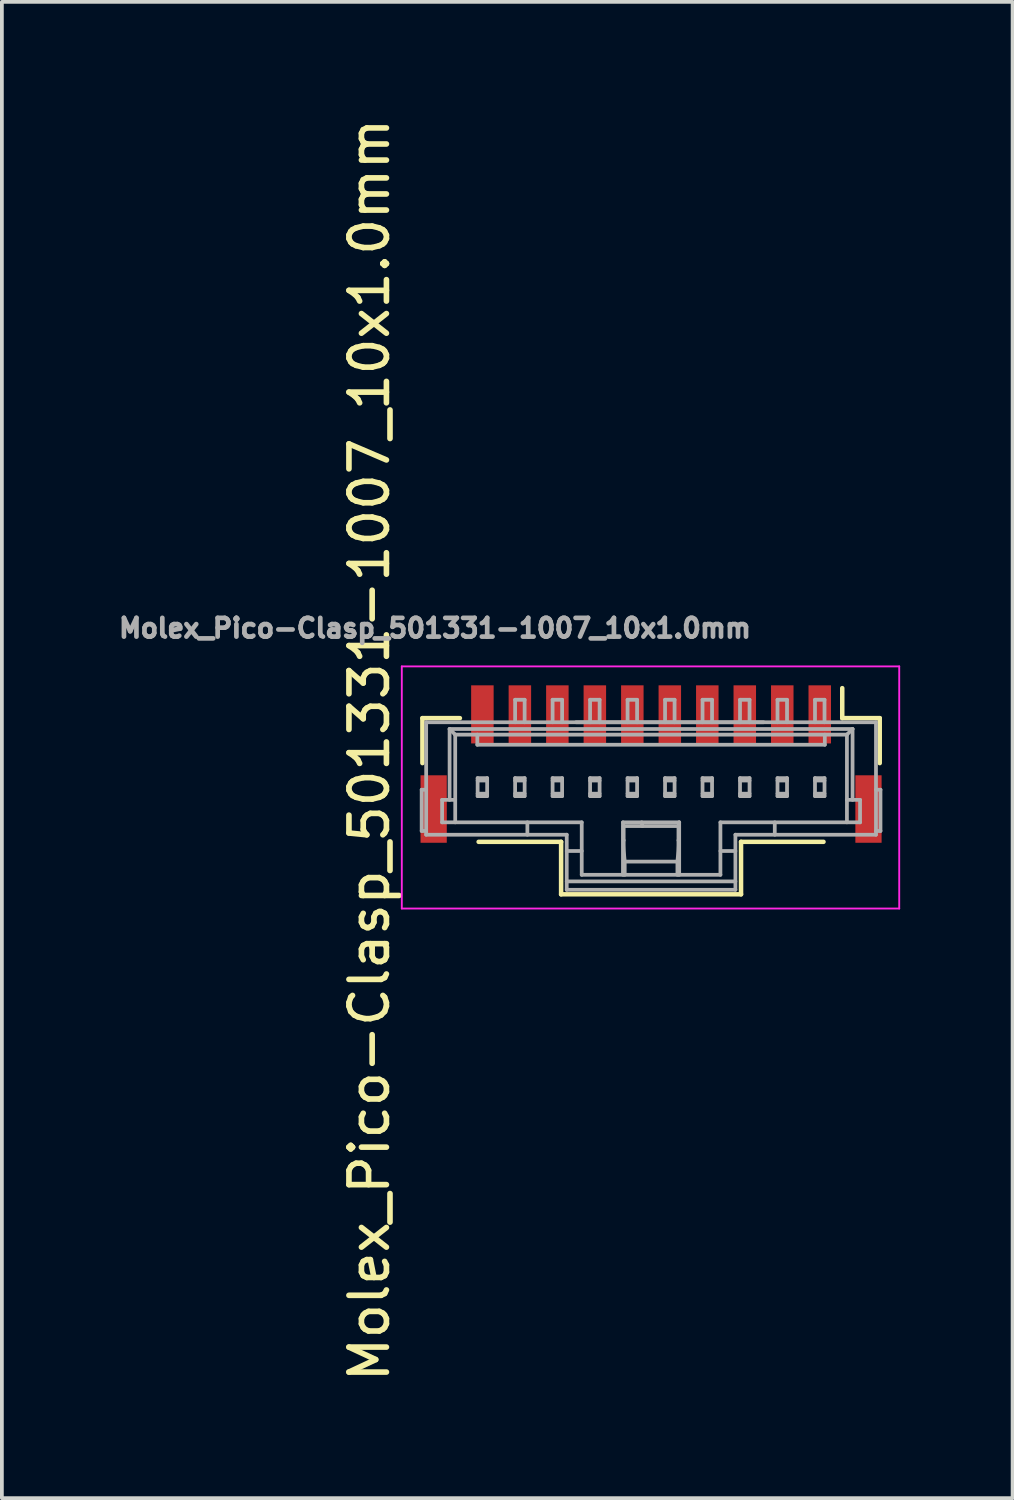
<source format=kicad_pcb>
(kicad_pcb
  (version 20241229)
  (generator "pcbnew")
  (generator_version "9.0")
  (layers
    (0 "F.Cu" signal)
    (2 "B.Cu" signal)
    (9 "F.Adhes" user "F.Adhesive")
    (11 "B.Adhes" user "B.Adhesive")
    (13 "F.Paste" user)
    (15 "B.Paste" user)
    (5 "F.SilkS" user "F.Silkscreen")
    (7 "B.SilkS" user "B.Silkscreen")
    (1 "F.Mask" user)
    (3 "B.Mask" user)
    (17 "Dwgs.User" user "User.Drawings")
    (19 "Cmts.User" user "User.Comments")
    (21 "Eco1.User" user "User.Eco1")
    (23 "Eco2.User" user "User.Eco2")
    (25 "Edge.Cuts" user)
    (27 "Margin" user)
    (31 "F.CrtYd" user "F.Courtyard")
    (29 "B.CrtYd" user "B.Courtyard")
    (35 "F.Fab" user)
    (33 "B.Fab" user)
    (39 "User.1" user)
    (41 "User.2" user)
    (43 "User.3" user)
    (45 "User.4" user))
  (footprint "Molex_Pico-Clasp_501331-1007_10x1.0mm"
    (layer "F.Cu")
    (at 14.304 17.958)
    (property "Reference" "Molex_Pico-Clasp_501331-1007_10x1.0mm" (at -7.5 -1 90) (layer "F.SilkS") (effects (font (size 1 1) (thickness 0.15))))
    (attr smd)
    (fp_line (start -6.085 -1.85) (end -5.085 -1.85) (stroke (width 0.12) (type solid)) (layer "F.SilkS"))
    (fp_line (start -6.085 -0.65) (end -6.085 -1.85) (stroke (width 0.12) (type solid)) (layer "F.SilkS"))
    (fp_line (start -2.385 1.45) (end -4.585 1.45) (stroke (width 0.12) (type solid)) (layer "F.SilkS"))
    (fp_line (start -2.385 2.85) (end -2.385 1.45) (stroke (width 0.12) (type solid)) (layer "F.SilkS"))
    (fp_line (start -2.385 2.85) (end 2.415 2.85) (stroke (width 0.12) (type solid)) (layer "F.SilkS"))
    (fp_line (start 2.415 1.45) (end 4.615 1.45) (stroke (width 0.12) (type solid)) (layer "F.SilkS"))
    (fp_line (start 2.415 2.85) (end 2.415 1.45) (stroke (width 0.12) (type solid)) (layer "F.SilkS"))
    (fp_line (start 5.115 -1.85) (end 5.115 -2.65) (stroke (width 0.12) (type solid)) (layer "F.SilkS"))
    (fp_line (start 6.115 -1.85) (end 5.115 -1.85) (stroke (width 0.12) (type solid)) (layer "F.SilkS"))
    (fp_line (start 6.115 -0.65) (end 6.115 -1.85) (stroke (width 0.12) (type solid)) (layer "F.SilkS"))
    (fp_line (start -6.635 -3.23) (end 6.635 -3.23) (stroke (width 0.05) (type solid)) (layer "F.CrtYd"))
    (fp_line (start -6.635 3.23) (end -6.635 -3.23) (stroke (width 0.05) (type solid)) (layer "F.CrtYd"))
    (fp_line (start 6.635 -3.23) (end 6.635 3.23) (stroke (width 0.05) (type solid)) (layer "F.CrtYd"))
    (fp_line (start 6.635 3.23) (end -6.635 3.23) (stroke (width 0.05) (type solid)) (layer "F.CrtYd"))
    (fp_line (start -6.105 0.06) (end -6.105 1.16) (stroke (width 0.1) (type solid)) (layer "F.Fab"))
    (fp_line (start -6.105 0.06) (end -5.985 0.06) (stroke (width 0.1) (type solid)) (layer "F.Fab"))
    (fp_line (start -5.985 -1.74) (end 6.015 -1.74) (stroke (width 0.1) (type solid)) (layer "F.Fab"))
    (fp_line (start -5.985 1.16) (end -6.105 1.16) (stroke (width 0.1) (type solid)) (layer "F.Fab"))
    (fp_line (start -5.985 1.26) (end -5.985 -1.74) (stroke (width 0.1) (type solid)) (layer "F.Fab"))
    (fp_line (start -5.985 1.26) (end -2.235 1.26) (stroke (width 0.1) (type solid)) (layer "F.Fab"))
    (fp_line (start -5.56 0.33) (end -5.56 0.93) (stroke (width 0.1) (type solid)) (layer "F.Fab"))
    (fp_line (start -5.56 0.33) (end -5.21 0.33) (stroke (width 0.1) (type solid)) (layer "F.Fab"))
    (fp_line (start -5.36 -1.56) (end -5.21 -1.41) (stroke (width 0.1) (type solid)) (layer "F.Fab"))
    (fp_line (start -5.36 -1.56) (end 5.39 -1.56) (stroke (width 0.1) (type solid)) (layer "F.Fab"))
    (fp_line (start -5.36 0.33) (end -5.36 -1.56) (stroke (width 0.1) (type solid)) (layer "F.Fab"))
    (fp_line (start -5.21 -1.41) (end 5.24 -1.41) (stroke (width 0.1) (type solid)) (layer "F.Fab"))
    (fp_line (start -5.21 0.93) (end -5.21 -1.41) (stroke (width 0.1) (type solid)) (layer "F.Fab"))
    (fp_line (start -4.62 -1.14) (end -4.62 -1.41) (stroke (width 0.1) (type solid)) (layer "F.Fab"))
    (fp_line (start -4.612 -0.25) (end -4.612 0.23) (stroke (width 0.1) (type solid)) (layer "F.Fab"))
    (fp_line (start -4.612 -0.25) (end -4.358 -0.25) (stroke (width 0.1) (type solid)) (layer "F.Fab"))
    (fp_line (start -4.612 -0.185) (end -4.358 -0.185) (stroke (width 0.1) (type solid)) (layer "F.Fab"))
    (fp_line (start -4.612 0.165) (end -4.358 0.165) (stroke (width 0.1) (type solid)) (layer "F.Fab"))
    (fp_line (start -4.612 0.23) (end -4.358 0.23) (stroke (width 0.1) (type solid)) (layer "F.Fab"))
    (fp_line (start -4.358 -0.25) (end -4.358 0.23) (stroke (width 0.1) (type solid)) (layer "F.Fab"))
    (fp_line (start -3.612 -2.34) (end -3.358 -2.34) (stroke (width 0.1) (type solid)) (layer "F.Fab"))
    (fp_line (start -3.612 -1.74) (end -3.612 -2.34) (stroke (width 0.1) (type solid)) (layer "F.Fab"))
    (fp_line (start -3.612 -0.25) (end -3.612 0.23) (stroke (width 0.1) (type solid)) (layer "F.Fab"))
    (fp_line (start -3.612 -0.25) (end -3.358 -0.25) (stroke (width 0.1) (type solid)) (layer "F.Fab"))
    (fp_line (start -3.612 -0.185) (end -3.358 -0.185) (stroke (width 0.1) (type solid)) (layer "F.Fab"))
    (fp_line (start -3.612 0.165) (end -3.358 0.165) (stroke (width 0.1) (type solid)) (layer "F.Fab"))
    (fp_line (start -3.612 0.23) (end -3.358 0.23) (stroke (width 0.1) (type solid)) (layer "F.Fab"))
    (fp_line (start -3.358 -2.34) (end -3.358 -1.74) (stroke (width 0.1) (type solid)) (layer "F.Fab"))
    (fp_line (start -3.358 -0.25) (end -3.358 0.23) (stroke (width 0.1) (type solid)) (layer "F.Fab"))
    (fp_line (start -3.285 0.93) (end -3.285 1.26) (stroke (width 0.1) (type solid)) (layer "F.Fab"))
    (fp_line (start -2.612 -2.34) (end -2.612 -1.74) (stroke (width 0.1) (type solid)) (layer "F.Fab"))
    (fp_line (start -2.612 -2.34) (end -2.358 -2.34) (stroke (width 0.1) (type solid)) (layer "F.Fab"))
    (fp_line (start -2.612 -0.25) (end -2.612 0.23) (stroke (width 0.1) (type solid)) (layer "F.Fab"))
    (fp_line (start -2.612 -0.25) (end -2.358 -0.25) (stroke (width 0.1) (type solid)) (layer "F.Fab"))
    (fp_line (start -2.612 -0.185) (end -2.358 -0.185) (stroke (width 0.1) (type solid)) (layer "F.Fab"))
    (fp_line (start -2.612 0.165) (end -2.358 0.165) (stroke (width 0.1) (type solid)) (layer "F.Fab"))
    (fp_line (start -2.612 0.23) (end -2.358 0.23) (stroke (width 0.1) (type solid)) (layer "F.Fab"))
    (fp_line (start -2.358 -2.34) (end -2.358 -1.74) (stroke (width 0.1) (type solid)) (layer "F.Fab"))
    (fp_line (start -2.358 -0.25) (end -2.358 0.23) (stroke (width 0.1) (type solid)) (layer "F.Fab"))
    (fp_line (start -2.235 1.695) (end -1.835 1.695) (stroke (width 0.1) (type solid)) (layer "F.Fab"))
    (fp_line (start -2.235 2.505) (end 2.265 2.505) (stroke (width 0.1) (type solid)) (layer "F.Fab"))
    (fp_line (start -2.235 2.73) (end -2.235 1.26) (stroke (width 0.1) (type solid)) (layer "F.Fab"))
    (fp_line (start -1.985 -1.74) (end 3.015 -1.74) (stroke (width 0.1) (type solid)) (layer "F.Fab"))
    (fp_line (start -1.835 0.93) (end -5.56 0.93) (stroke (width 0.1) (type solid)) (layer "F.Fab"))
    (fp_line (start -1.835 0.93) (end -1.835 2.33) (stroke (width 0.1) (type solid)) (layer "F.Fab"))
    (fp_line (start -1.612 -2.34) (end -1.612 -1.74) (stroke (width 0.1) (type solid)) (layer "F.Fab"))
    (fp_line (start -1.612 -2.34) (end -1.358 -2.34) (stroke (width 0.1) (type solid)) (layer "F.Fab"))
    (fp_line (start -1.612 -0.25) (end -1.612 0.23) (stroke (width 0.1) (type solid)) (layer "F.Fab"))
    (fp_line (start -1.612 -0.25) (end -1.358 -0.25) (stroke (width 0.1) (type solid)) (layer "F.Fab"))
    (fp_line (start -1.612 -0.185) (end -1.358 -0.185) (stroke (width 0.1) (type solid)) (layer "F.Fab"))
    (fp_line (start -1.612 0.165) (end -1.358 0.165) (stroke (width 0.1) (type solid)) (layer "F.Fab"))
    (fp_line (start -1.612 0.23) (end -1.358 0.23) (stroke (width 0.1) (type solid)) (layer "F.Fab"))
    (fp_line (start -1.358 -2.34) (end -1.358 -1.74) (stroke (width 0.1) (type solid)) (layer "F.Fab"))
    (fp_line (start -1.358 -0.25) (end -1.358 0.23) (stroke (width 0.1) (type solid)) (layer "F.Fab"))
    (fp_line (start -0.735 0.93) (end 0.765 0.93) (stroke (width 0.1) (type solid)) (layer "F.Fab"))
    (fp_line (start -0.735 2.33) (end -0.735 0.93) (stroke (width 0.1) (type solid)) (layer "F.Fab"))
    (fp_line (start -0.716 1.03) (end 0.746 1.03) (stroke (width 0.1) (type solid)) (layer "F.Fab"))
    (fp_line (start -0.716 1.41) (end -0.716 1.03) (stroke (width 0.1) (type solid)) (layer "F.Fab"))
    (fp_line (start -0.688 1.977) (end -0.688 2.33) (stroke (width 0.1) (type solid)) (layer "F.Fab"))
    (fp_line (start -0.612 -2.34) (end -0.612 -1.74) (stroke (width 0.1) (type solid)) (layer "F.Fab"))
    (fp_line (start -0.612 -2.34) (end -0.358 -2.34) (stroke (width 0.1) (type solid)) (layer "F.Fab"))
    (fp_line (start -0.612 -0.25) (end -0.612 0.23) (stroke (width 0.1) (type solid)) (layer "F.Fab"))
    (fp_line (start -0.612 -0.25) (end -0.358 -0.25) (stroke (width 0.1) (type solid)) (layer "F.Fab"))
    (fp_line (start -0.612 -0.185) (end -0.358 -0.185) (stroke (width 0.1) (type solid)) (layer "F.Fab"))
    (fp_line (start -0.612 0.165) (end -0.358 0.165) (stroke (width 0.1) (type solid)) (layer "F.Fab"))
    (fp_line (start -0.612 0.23) (end -0.358 0.23) (stroke (width 0.1) (type solid)) (layer "F.Fab"))
    (fp_line (start -0.358 -2.34) (end -0.358 -1.74) (stroke (width 0.1) (type solid)) (layer "F.Fab"))
    (fp_line (start -0.358 -0.25) (end -0.358 0.23) (stroke (width 0.1) (type solid)) (layer "F.Fab"))
    (fp_line (start -0.235 0.93) (end -0.216 1.03) (stroke (width 0.1) (type solid)) (layer "F.Fab"))
    (fp_line (start 0.388 -2.34) (end 0.388 -1.74) (stroke (width 0.1) (type solid)) (layer "F.Fab"))
    (fp_line (start 0.388 -2.34) (end 0.642 -2.34) (stroke (width 0.1) (type solid)) (layer "F.Fab"))
    (fp_line (start 0.388 -0.25) (end 0.388 0.23) (stroke (width 0.1) (type solid)) (layer "F.Fab"))
    (fp_line (start 0.388 -0.25) (end 0.642 -0.25) (stroke (width 0.1) (type solid)) (layer "F.Fab"))
    (fp_line (start 0.388 -0.185) (end 0.642 -0.185) (stroke (width 0.1) (type solid)) (layer "F.Fab"))
    (fp_line (start 0.388 0.165) (end 0.642 0.165) (stroke (width 0.1) (type solid)) (layer "F.Fab"))
    (fp_line (start 0.388 0.23) (end 0.642 0.23) (stroke (width 0.1) (type solid)) (layer "F.Fab"))
    (fp_line (start 0.642 -2.34) (end 0.642 -1.74) (stroke (width 0.1) (type solid)) (layer "F.Fab"))
    (fp_line (start 0.642 -0.25) (end 0.642 0.23) (stroke (width 0.1) (type solid)) (layer "F.Fab"))
    (fp_line (start 0.718 1.977) (end -0.688 1.977) (stroke (width 0.1) (type solid)) (layer "F.Fab"))
    (fp_line (start 0.718 2.33) (end 0.718 1.977) (stroke (width 0.1) (type solid)) (layer "F.Fab"))
    (fp_line (start 0.746 1.03) (end 0.765 0.93) (stroke (width 0.1) (type solid)) (layer "F.Fab"))
    (fp_line (start 0.746 1.41) (end 0.746 1.03) (stroke (width 0.1) (type solid)) (layer "F.Fab"))
    (fp_line (start 0.765 0.93) (end 0.765 2.33) (stroke (width 0.1) (type solid)) (layer "F.Fab"))
    (fp_line (start 1.388 -2.34) (end 1.388 -1.74) (stroke (width 0.1) (type solid)) (layer "F.Fab"))
    (fp_line (start 1.388 -2.34) (end 1.642 -2.34) (stroke (width 0.1) (type solid)) (layer "F.Fab"))
    (fp_line (start 1.388 -0.25) (end 1.388 0.23) (stroke (width 0.1) (type solid)) (layer "F.Fab"))
    (fp_line (start 1.388 -0.25) (end 1.642 -0.25) (stroke (width 0.1) (type solid)) (layer "F.Fab"))
    (fp_line (start 1.388 -0.185) (end 1.642 -0.185) (stroke (width 0.1) (type solid)) (layer "F.Fab"))
    (fp_line (start 1.388 0.165) (end 1.642 0.165) (stroke (width 0.1) (type solid)) (layer "F.Fab"))
    (fp_line (start 1.388 0.23) (end 1.642 0.23) (stroke (width 0.1) (type solid)) (layer "F.Fab"))
    (fp_line (start 1.642 -2.34) (end 1.642 -1.74) (stroke (width 0.1) (type solid)) (layer "F.Fab"))
    (fp_line (start 1.642 -0.25) (end 1.642 0.23) (stroke (width 0.1) (type solid)) (layer "F.Fab"))
    (fp_line (start 1.865 1.695) (end 2.265 1.695) (stroke (width 0.1) (type solid)) (layer "F.Fab"))
    (fp_line (start 1.865 2.33) (end -1.835 2.33) (stroke (width 0.1) (type solid)) (layer "F.Fab"))
    (fp_line (start 1.865 2.33) (end 1.865 0.93) (stroke (width 0.1) (type solid)) (layer "F.Fab"))
    (fp_line (start 2.265 1.26) (end 6.015 1.26) (stroke (width 0.1) (type solid)) (layer "F.Fab"))
    (fp_line (start 2.265 2.73) (end -2.235 2.73) (stroke (width 0.1) (type solid)) (layer "F.Fab"))
    (fp_line (start 2.265 2.73) (end 2.265 1.26) (stroke (width 0.1) (type solid)) (layer "F.Fab"))
    (fp_line (start 2.388 -2.34) (end 2.388 -1.74) (stroke (width 0.1) (type solid)) (layer "F.Fab"))
    (fp_line (start 2.388 -2.34) (end 2.642 -2.34) (stroke (width 0.1) (type solid)) (layer "F.Fab"))
    (fp_line (start 2.388 -0.25) (end 2.388 0.23) (stroke (width 0.1) (type solid)) (layer "F.Fab"))
    (fp_line (start 2.388 -0.25) (end 2.642 -0.25) (stroke (width 0.1) (type solid)) (layer "F.Fab"))
    (fp_line (start 2.388 -0.185) (end 2.642 -0.185) (stroke (width 0.1) (type solid)) (layer "F.Fab"))
    (fp_line (start 2.388 0.165) (end 2.642 0.165) (stroke (width 0.1) (type solid)) (layer "F.Fab"))
    (fp_line (start 2.388 0.23) (end 2.642 0.23) (stroke (width 0.1) (type solid)) (layer "F.Fab"))
    (fp_line (start 2.642 -2.34) (end 2.642 -1.74) (stroke (width 0.1) (type solid)) (layer "F.Fab"))
    (fp_line (start 2.642 -0.25) (end 2.642 0.23) (stroke (width 0.1) (type solid)) (layer "F.Fab"))
    (fp_line (start 3.315 1.26) (end 3.315 0.93) (stroke (width 0.1) (type solid)) (layer "F.Fab"))
    (fp_line (start 3.388 -2.34) (end 3.388 -1.74) (stroke (width 0.1) (type solid)) (layer "F.Fab"))
    (fp_line (start 3.388 -2.34) (end 3.642 -2.34) (stroke (width 0.1) (type solid)) (layer "F.Fab"))
    (fp_line (start 3.388 -0.25) (end 3.388 0.23) (stroke (width 0.1) (type solid)) (layer "F.Fab"))
    (fp_line (start 3.388 -0.25) (end 3.642 -0.25) (stroke (width 0.1) (type solid)) (layer "F.Fab"))
    (fp_line (start 3.388 -0.185) (end 3.642 -0.185) (stroke (width 0.1) (type solid)) (layer "F.Fab"))
    (fp_line (start 3.388 0.165) (end 3.642 0.165) (stroke (width 0.1) (type solid)) (layer "F.Fab"))
    (fp_line (start 3.388 0.23) (end 3.642 0.23) (stroke (width 0.1) (type solid)) (layer "F.Fab"))
    (fp_line (start 3.642 -1.74) (end 3.642 -2.34) (stroke (width 0.1) (type solid)) (layer "F.Fab"))
    (fp_line (start 3.642 -0.25) (end 3.642 0.23) (stroke (width 0.1) (type solid)) (layer "F.Fab"))
    (fp_line (start 4.388 -2.34) (end 4.642 -2.34) (stroke (width 0.1) (type solid)) (layer "F.Fab"))
    (fp_line (start 4.388 -1.74) (end 4.388 -2.34) (stroke (width 0.1) (type solid)) (layer "F.Fab"))
    (fp_line (start 4.388 -0.25) (end 4.388 0.23) (stroke (width 0.1) (type solid)) (layer "F.Fab"))
    (fp_line (start 4.388 -0.25) (end 4.642 -0.25) (stroke (width 0.1) (type solid)) (layer "F.Fab"))
    (fp_line (start 4.388 -0.185) (end 4.642 -0.185) (stroke (width 0.1) (type solid)) (layer "F.Fab"))
    (fp_line (start 4.388 0.165) (end 4.642 0.165) (stroke (width 0.1) (type solid)) (layer "F.Fab"))
    (fp_line (start 4.388 0.23) (end 4.642 0.23) (stroke (width 0.1) (type solid)) (layer "F.Fab"))
    (fp_line (start 4.642 -2.34) (end 4.642 -1.74) (stroke (width 0.1) (type solid)) (layer "F.Fab"))
    (fp_line (start 4.642 -0.25) (end 4.642 0.23) (stroke (width 0.1) (type solid)) (layer "F.Fab"))
    (fp_line (start 4.65 -1.14) (end -4.62 -1.14) (stroke (width 0.1) (type solid)) (layer "F.Fab"))
    (fp_line (start 4.65 -1.14) (end 4.65 -1.41) (stroke (width 0.1) (type solid)) (layer "F.Fab"))
    (fp_line (start 5.24 -1.41) (end 5.24 0.93) (stroke (width 0.1) (type solid)) (layer "F.Fab"))
    (fp_line (start 5.24 -1.41) (end 5.39 -1.56) (stroke (width 0.1) (type solid)) (layer "F.Fab"))
    (fp_line (start 5.39 -1.56) (end 5.39 0.33) (stroke (width 0.1) (type solid)) (layer "F.Fab"))
    (fp_line (start 5.59 0.33) (end 5.24 0.33) (stroke (width 0.1) (type solid)) (layer "F.Fab"))
    (fp_line (start 5.59 0.93) (end 1.865 0.93) (stroke (width 0.1) (type solid)) (layer "F.Fab"))
    (fp_line (start 5.59 0.93) (end 5.59 0.33) (stroke (width 0.1) (type solid)) (layer "F.Fab"))
    (fp_line (start 6.015 -1.74) (end 6.015 1.26) (stroke (width 0.1) (type solid)) (layer "F.Fab"))
    (fp_line (start 6.015 0.06) (end 6.135 0.06) (stroke (width 0.1) (type solid)) (layer "F.Fab"))
    (fp_line (start 6.135 1.16) (end 6.015 1.16) (stroke (width 0.1) (type solid)) (layer "F.Fab"))
    (fp_line (start 6.135 1.16) (end 6.135 0.06) (stroke (width 0.1) (type solid)) (layer "F.Fab"))
    (fp_arc (start -0.687818 1.977078) (mid -0.71024 1.693813) (end -0.715742 1.409716) (stroke (width 0.1) (type solid)) (layer "F.Fab"))
    (fp_arc (start 0.745742 1.409717) (mid 0.74024 1.693814) (end 0.717818 1.977079) (stroke (width 0.1) (type solid)) (layer "F.Fab"))
    (fp_text user "${REFERENCE}" (at -5.75 -4.25 180) (layer "F.Fab") (effects (font (size 0.5 0.5) (thickness 0.125))))
    (pad "1" smd rect (at 4.515 -1.95) (size 0.6 1.55) (layers "F.Cu" "F.Mask" "F.Paste"))
    (pad "2" smd rect (at 3.515 -1.95) (size 0.6 1.55) (layers "F.Cu" "F.Mask" "F.Paste"))
    (pad "3" smd rect (at 2.515 -1.95) (size 0.6 1.55) (layers "F.Cu" "F.Mask" "F.Paste"))
    (pad "4" smd rect (at 1.515 -1.95) (size 0.6 1.55) (layers "F.Cu" "F.Mask" "F.Paste"))
    (pad "5" smd rect (at 0.515 -1.95) (size 0.6 1.55) (layers "F.Cu" "F.Mask" "F.Paste"))
    (pad "6" smd rect (at -0.485 -1.95) (size 0.6 1.55) (layers "F.Cu" "F.Mask" "F.Paste"))
    (pad "7" smd rect (at -1.485 -1.95) (size 0.6 1.55) (layers "F.Cu" "F.Mask" "F.Paste"))
    (pad "8" smd rect (at -2.485 -1.95) (size 0.6 1.55) (layers "F.Cu" "F.Mask" "F.Paste"))
    (pad "9" smd rect (at -3.485 -1.95) (size 0.6 1.55) (layers "F.Cu" "F.Mask" "F.Paste"))
    (pad "10" smd rect (at -4.485 -1.95) (size 0.6 1.55) (layers "F.Cu" "F.Mask" "F.Paste"))
    (pad "11" smd rect (at -5.785 0.575) (size 0.7 1.8) (layers "F.Cu" "F.Mask" "F.Paste"))
    (pad "11" smd rect (at 5.815 0.575) (size 0.7 1.8) (layers "F.Cu" "F.Mask" "F.Paste")))
  (gr_rect
    (start -3 -3)
    (end 23.964 36.917)
    (stroke (width 0.1) (type default))
    (fill no)
    (layer "Edge.Cuts")))
</source>
